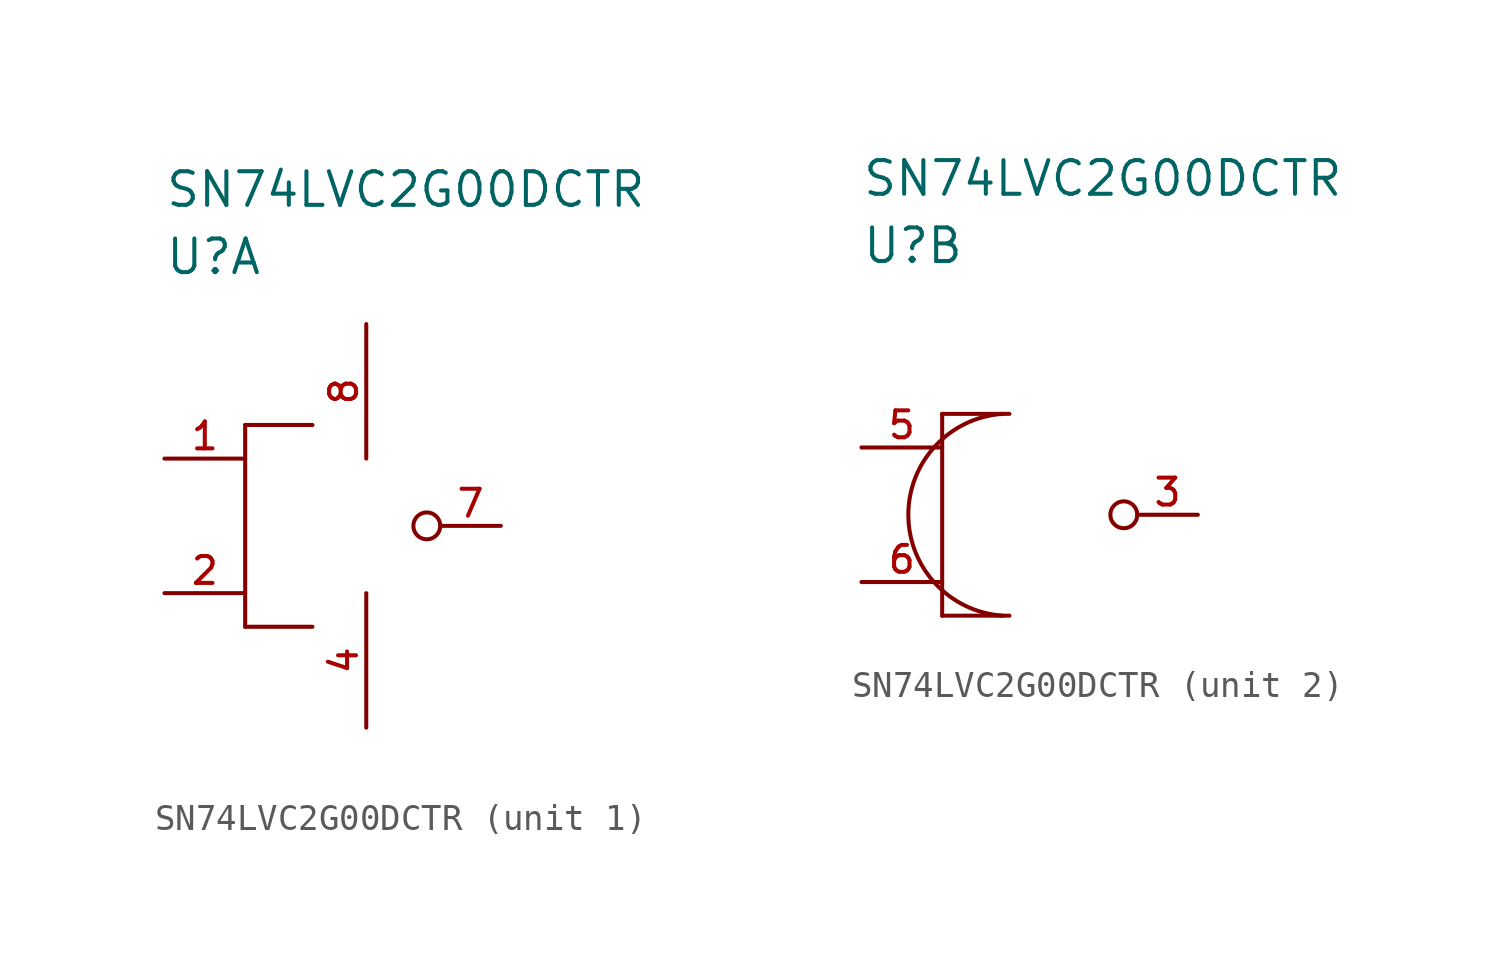
<source format=kicad_sym>
(kicad_symbol_lib
  (version 20211014)
  (generator kicad_symbol_editor)
  (symbol "SN74LVC2G00DCTR"
    (pin_names
      (offset 1.016))
    (property "Reference" "U"
      (at 0 7.62 0)
      (effects (font (size 1.27 1.27)) (justify left)))
    (property "Value" "SN74LVC2G00DCTR"
      (at 0 10.16 0)
      (effects (font (size 1.27 1.27)) (justify left)))
    (property "ki_locked" ""
      (at 0 0 0)
      (effects (font (size 1.27 1.27))))
    (symbol "SN74LVC2G00DCTR_1_1"
      (polyline (pts (xy 3.048 -6.35) (xy 5.588 -6.35)) (stroke (width 0) (type default) (color 0 0 0 0)) (fill (type none)))
      (polyline (pts (xy 3.048 1.27) (xy 3.048 -6.35)) (stroke (width 0) (type default) (color 0 0 0 0)) (fill (type none)))
      (polyline (pts (xy 3.048 1.27) (xy 5.588 1.27)) (stroke (width 0) (type default) (color 0 0 0 0)) (fill (type none)))
      (circle (center 9.906 -2.54) (radius 0.508) (stroke (width 0) (type default) (color 0 0 0 0)) (fill (type none)))
      (pin unspecified line (at 0 0 0) (length 3.048) (name "1A" (effects (font (size 0 0)))) (number "1" (effects (font (size 1.016 1.016)))))
      (pin unspecified line (at 0 -5.08 0) (length 3.048) (name "1B" (effects (font (size 0 0)))) (number "2" (effects (font (size 1.016 1.016)))))
      (pin unspecified line (at 7.62 -10.16 90) (length 5.08) (name "GND" (effects (font (size 0 0)))) (number "4" (effects (font (size 1.016 1.016)))))
      (pin unspecified line (at 12.7 -2.54 180) (length 2.286) (name "1Y" (effects (font (size 0 0)))) (number "7" (effects (font (size 1.016 1.016)))))
      (pin unspecified line (at 7.62 5.08 270) (length 5.08) (name "VCC" (effects (font (size 0 0)))) (number "8" (effects (font (size 1.016 1.016))))))
    (symbol "SN74LVC2G00DCTR_2_1"
      (polyline (pts (xy 3.048 -6.35) (xy 5.588 -6.35)) (stroke (width 0) (type default) (color 0 0 0 0)) (fill (type none)))
      (polyline (pts (xy 3.048 1.27) (xy 3.048 -6.35)) (stroke (width 0) (type default) (color 0 0 0 0)) (fill (type none)))
      (polyline (pts (xy 3.048 1.27) (xy 5.588 1.27)) (stroke (width 0) (type default) (color 0 0 0 0)) (fill (type none)))
      (arc (start 5.334 1.27) (mid 1.7695 -2.54) (end 5.334 -6.35) (stroke (width 0) (type default) (color 0 0 0 0)) (fill (type none)))
      (circle (center 9.906 -2.54) (radius 0.508) (stroke (width 0) (type default) (color 0 0 0 0)) (fill (type none)))
      (pin unspecified line (at 12.7 -2.54 180) (length 2.286) (name "2Y" (effects (font (size 0 0)))) (number "3" (effects (font (size 1.016 1.016)))))
      (pin unspecified line (at 0 0 0) (length 3.048) (name "2A" (effects (font (size 0 0)))) (number "5" (effects (font (size 1.016 1.016)))))
      (pin unspecified line (at 0 -5.08 0) (length 3.048) (name "2B" (effects (font (size 0 0)))) (number "6" (effects (font (size 1.016 1.016))))))))
</source>
